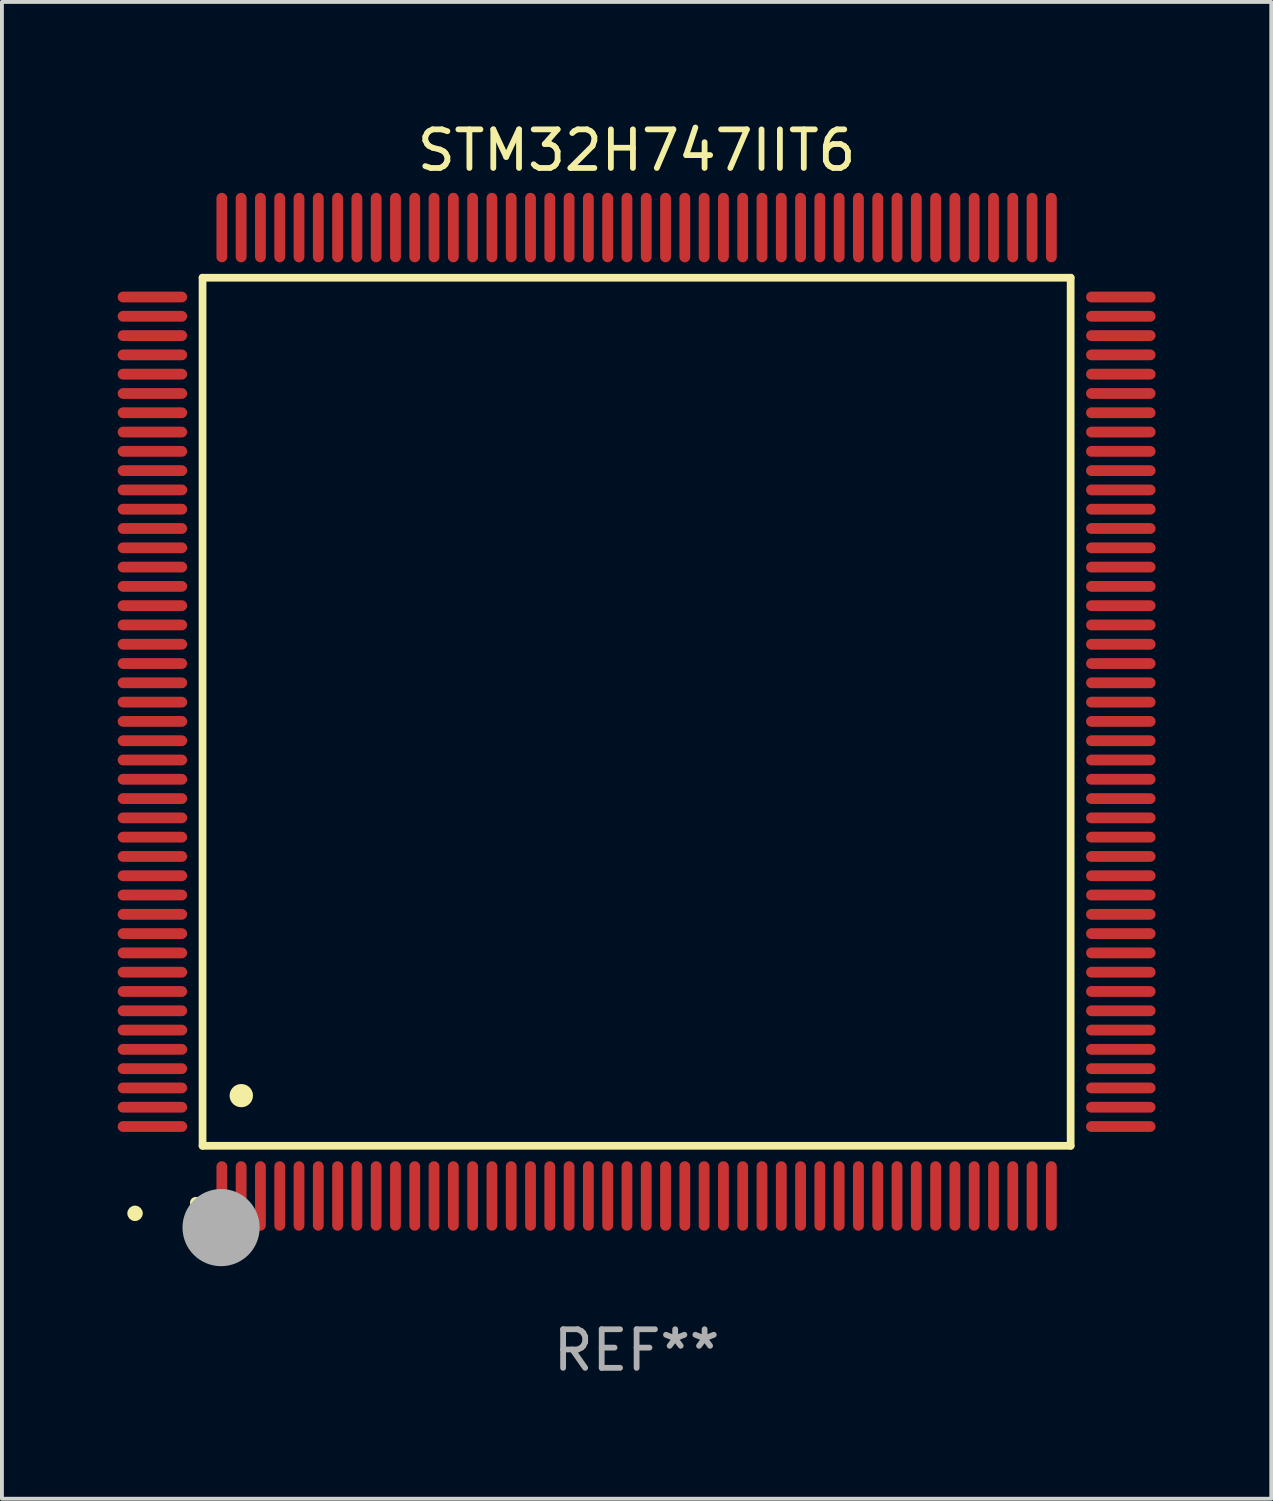
<source format=kicad_pcb>
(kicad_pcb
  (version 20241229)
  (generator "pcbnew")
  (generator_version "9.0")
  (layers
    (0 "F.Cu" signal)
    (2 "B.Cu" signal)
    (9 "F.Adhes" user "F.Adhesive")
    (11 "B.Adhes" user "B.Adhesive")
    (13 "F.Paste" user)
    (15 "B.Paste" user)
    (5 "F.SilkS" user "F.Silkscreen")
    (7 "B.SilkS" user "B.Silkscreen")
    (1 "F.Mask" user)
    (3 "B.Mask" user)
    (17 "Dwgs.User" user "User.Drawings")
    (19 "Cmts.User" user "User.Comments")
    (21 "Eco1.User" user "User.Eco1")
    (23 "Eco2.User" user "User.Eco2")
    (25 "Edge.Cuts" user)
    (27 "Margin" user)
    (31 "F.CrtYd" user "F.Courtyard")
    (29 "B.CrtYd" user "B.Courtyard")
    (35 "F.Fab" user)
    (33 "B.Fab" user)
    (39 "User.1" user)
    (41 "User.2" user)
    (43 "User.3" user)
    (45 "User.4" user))
  (footprint "STM32H747IIT6"
    (layer "F.Cu")
    (at 13.45 15.398)
    (property "Reference" "STM32H747IIT6" (at 0 -14.55 0) (layer "F.SilkS") (effects (font (size 1 1) (thickness 0.15))))
    (attr through_hole)
    (fp_line (start -11.25 -11.25) (end 11.25 -11.25) (stroke (width 0.2) (type solid)) (layer "F.SilkS"))
    (fp_line (start -11.25 11.25) (end -11.25 -11.25) (stroke (width 0.2) (type solid)) (layer "F.SilkS"))
    (fp_line (start 11.25 -11.25) (end 11.25 11.25) (stroke (width 0.2) (type solid)) (layer "F.SilkS"))
    (fp_line (start 11.25 11.25) (end -11.25 11.25) (stroke (width 0.2) (type solid)) (layer "F.SilkS"))
    (fp_arc (start -11.424943 12.725425) (mid -11.423673 12.72542) (end -11.422403 12.725425) (stroke (width 0.3) (type solid)) (layer "F.SilkS"))
    (fp_arc (start -10.24892 9.9492) (mid -10.24638 9.949189) (end -10.24384 9.9492) (stroke (width 0.6) (type solid)) (layer "F.SilkS"))
    (fp_circle (center -13 13) (end -12.9 13) (stroke (width 0.2) (type solid)) (fill no) (layer "F.SilkS"))
    (fp_circle (center -10.77 13.37) (end -10.27 13.37) (stroke (width 1) (type solid)) (fill no) (layer "F.Fab"))
    (fp_text user "REF**" (at 0 16.55 0) (layer "F.Fab") (effects (font (size 1 1) (thickness 0.15))))
    (pad "1" smd oval (at -10.75 12.55) (size 0.28 1.8) (layers "F.Cu" "F.Mask" "F.Paste"))
    (pad "2" smd oval (at -10.25 12.55) (size 0.28 1.8) (layers "F.Cu" "F.Mask" "F.Paste"))
    (pad "3" smd oval (at -9.75 12.55) (size 0.28 1.8) (layers "F.Cu" "F.Mask" "F.Paste"))
    (pad "4" smd oval (at -9.25 12.55) (size 0.28 1.8) (layers "F.Cu" "F.Mask" "F.Paste"))
    (pad "5" smd oval (at -8.75 12.55) (size 0.28 1.8) (layers "F.Cu" "F.Mask" "F.Paste"))
    (pad "6" smd oval (at -8.25 12.55) (size 0.28 1.8) (layers "F.Cu" "F.Mask" "F.Paste"))
    (pad "7" smd oval (at -7.75 12.55) (size 0.28 1.8) (layers "F.Cu" "F.Mask" "F.Paste"))
    (pad "8" smd oval (at -7.25 12.55) (size 0.28 1.8) (layers "F.Cu" "F.Mask" "F.Paste"))
    (pad "9" smd oval (at -6.75 12.55) (size 0.28 1.8) (layers "F.Cu" "F.Mask" "F.Paste"))
    (pad "10" smd oval (at -6.25 12.55) (size 0.28 1.8) (layers "F.Cu" "F.Mask" "F.Paste"))
    (pad "11" smd oval (at -5.75 12.55) (size 0.28 1.8) (layers "F.Cu" "F.Mask" "F.Paste"))
    (pad "12" smd oval (at -5.25 12.55) (size 0.28 1.8) (layers "F.Cu" "F.Mask" "F.Paste"))
    (pad "13" smd oval (at -4.75 12.55) (size 0.28 1.8) (layers "F.Cu" "F.Mask" "F.Paste"))
    (pad "14" smd oval (at -4.25 12.55) (size 0.28 1.8) (layers "F.Cu" "F.Mask" "F.Paste"))
    (pad "15" smd oval (at -3.75 12.55) (size 0.28 1.8) (layers "F.Cu" "F.Mask" "F.Paste"))
    (pad "16" smd oval (at -3.25 12.55) (size 0.28 1.8) (layers "F.Cu" "F.Mask" "F.Paste"))
    (pad "17" smd oval (at -2.75 12.55) (size 0.28 1.8) (layers "F.Cu" "F.Mask" "F.Paste"))
    (pad "18" smd oval (at -2.25 12.55) (size 0.28 1.8) (layers "F.Cu" "F.Mask" "F.Paste"))
    (pad "19" smd oval (at -1.75 12.55) (size 0.28 1.8) (layers "F.Cu" "F.Mask" "F.Paste"))
    (pad "20" smd oval (at -1.25 12.55) (size 0.28 1.8) (layers "F.Cu" "F.Mask" "F.Paste"))
    (pad "21" smd oval (at -0.75 12.55) (size 0.28 1.8) (layers "F.Cu" "F.Mask" "F.Paste"))
    (pad "22" smd oval (at -0.25 12.55) (size 0.28 1.8) (layers "F.Cu" "F.Mask" "F.Paste"))
    (pad "23" smd oval (at 0.25 12.55) (size 0.28 1.8) (layers "F.Cu" "F.Mask" "F.Paste"))
    (pad "24" smd oval (at 0.75 12.55) (size 0.28 1.8) (layers "F.Cu" "F.Mask" "F.Paste"))
    (pad "25" smd oval (at 1.25 12.55) (size 0.28 1.8) (layers "F.Cu" "F.Mask" "F.Paste"))
    (pad "26" smd oval (at 1.75 12.55) (size 0.28 1.8) (layers "F.Cu" "F.Mask" "F.Paste"))
    (pad "27" smd oval (at 2.25 12.55) (size 0.28 1.8) (layers "F.Cu" "F.Mask" "F.Paste"))
    (pad "28" smd oval (at 2.75 12.55) (size 0.28 1.8) (layers "F.Cu" "F.Mask" "F.Paste"))
    (pad "29" smd oval (at 3.25 12.55) (size 0.28 1.8) (layers "F.Cu" "F.Mask" "F.Paste"))
    (pad "30" smd oval (at 3.75 12.55) (size 0.28 1.8) (layers "F.Cu" "F.Mask" "F.Paste"))
    (pad "31" smd oval (at 4.25 12.55) (size 0.28 1.8) (layers "F.Cu" "F.Mask" "F.Paste"))
    (pad "32" smd oval (at 4.75 12.55) (size 0.28 1.8) (layers "F.Cu" "F.Mask" "F.Paste"))
    (pad "33" smd oval (at 5.25 12.55) (size 0.28 1.8) (layers "F.Cu" "F.Mask" "F.Paste"))
    (pad "34" smd oval (at 5.75 12.55) (size 0.28 1.8) (layers "F.Cu" "F.Mask" "F.Paste"))
    (pad "35" smd oval (at 6.25 12.55) (size 0.28 1.8) (layers "F.Cu" "F.Mask" "F.Paste"))
    (pad "36" smd oval (at 6.75 12.55) (size 0.28 1.8) (layers "F.Cu" "F.Mask" "F.Paste"))
    (pad "37" smd oval (at 7.25 12.55) (size 0.28 1.8) (layers "F.Cu" "F.Mask" "F.Paste"))
    (pad "38" smd oval (at 7.75 12.55) (size 0.28 1.8) (layers "F.Cu" "F.Mask" "F.Paste"))
    (pad "39" smd oval (at 8.25 12.55) (size 0.28 1.8) (layers "F.Cu" "F.Mask" "F.Paste"))
    (pad "40" smd oval (at 8.75 12.55) (size 0.28 1.8) (layers "F.Cu" "F.Mask" "F.Paste"))
    (pad "41" smd oval (at 9.25 12.55) (size 0.28 1.8) (layers "F.Cu" "F.Mask" "F.Paste"))
    (pad "42" smd oval (at 9.75 12.55) (size 0.28 1.8) (layers "F.Cu" "F.Mask" "F.Paste"))
    (pad "43" smd oval (at 10.25 12.55) (size 0.28 1.8) (layers "F.Cu" "F.Mask" "F.Paste"))
    (pad "44" smd oval (at 10.75 12.55) (size 0.28 1.8) (layers "F.Cu" "F.Mask" "F.Paste"))
    (pad "45" smd oval (at 12.55 10.75) (size 1.8 0.28) (layers "F.Cu" "F.Mask" "F.Paste"))
    (pad "46" smd oval (at 12.55 10.25) (size 1.8 0.28) (layers "F.Cu" "F.Mask" "F.Paste"))
    (pad "47" smd oval (at 12.55 9.75) (size 1.8 0.28) (layers "F.Cu" "F.Mask" "F.Paste"))
    (pad "48" smd oval (at 12.55 9.25) (size 1.8 0.28) (layers "F.Cu" "F.Mask" "F.Paste"))
    (pad "49" smd oval (at 12.55 8.75) (size 1.8 0.28) (layers "F.Cu" "F.Mask" "F.Paste"))
    (pad "50" smd oval (at 12.55 8.25) (size 1.8 0.28) (layers "F.Cu" "F.Mask" "F.Paste"))
    (pad "51" smd oval (at 12.55 7.75) (size 1.8 0.28) (layers "F.Cu" "F.Mask" "F.Paste"))
    (pad "52" smd oval (at 12.55 7.25) (size 1.8 0.28) (layers "F.Cu" "F.Mask" "F.Paste"))
    (pad "53" smd oval (at 12.55 6.75) (size 1.8 0.28) (layers "F.Cu" "F.Mask" "F.Paste"))
    (pad "54" smd oval (at 12.55 6.25) (size 1.8 0.28) (layers "F.Cu" "F.Mask" "F.Paste"))
    (pad "55" smd oval (at 12.55 5.75) (size 1.8 0.28) (layers "F.Cu" "F.Mask" "F.Paste"))
    (pad "56" smd oval (at 12.55 5.25) (size 1.8 0.28) (layers "F.Cu" "F.Mask" "F.Paste"))
    (pad "57" smd oval (at 12.55 4.75) (size 1.8 0.28) (layers "F.Cu" "F.Mask" "F.Paste"))
    (pad "58" smd oval (at 12.55 4.25) (size 1.8 0.28) (layers "F.Cu" "F.Mask" "F.Paste"))
    (pad "59" smd oval (at 12.55 3.75) (size 1.8 0.28) (layers "F.Cu" "F.Mask" "F.Paste"))
    (pad "60" smd oval (at 12.55 3.25) (size 1.8 0.28) (layers "F.Cu" "F.Mask" "F.Paste"))
    (pad "61" smd oval (at 12.55 2.75) (size 1.8 0.28) (layers "F.Cu" "F.Mask" "F.Paste"))
    (pad "62" smd oval (at 12.55 2.25) (size 1.8 0.28) (layers "F.Cu" "F.Mask" "F.Paste"))
    (pad "63" smd oval (at 12.55 1.75) (size 1.8 0.28) (layers "F.Cu" "F.Mask" "F.Paste"))
    (pad "64" smd oval (at 12.55 1.25) (size 1.8 0.28) (layers "F.Cu" "F.Mask" "F.Paste"))
    (pad "65" smd oval (at 12.55 0.75) (size 1.8 0.28) (layers "F.Cu" "F.Mask" "F.Paste"))
    (pad "66" smd oval (at 12.55 0.25) (size 1.8 0.28) (layers "F.Cu" "F.Mask" "F.Paste"))
    (pad "67" smd oval (at 12.55 -0.25) (size 1.8 0.28) (layers "F.Cu" "F.Mask" "F.Paste"))
    (pad "68" smd oval (at 12.55 -0.75) (size 1.8 0.28) (layers "F.Cu" "F.Mask" "F.Paste"))
    (pad "69" smd oval (at 12.55 -1.25) (size 1.8 0.28) (layers "F.Cu" "F.Mask" "F.Paste"))
    (pad "70" smd oval (at 12.55 -1.75) (size 1.8 0.28) (layers "F.Cu" "F.Mask" "F.Paste"))
    (pad "71" smd oval (at 12.55 -2.25) (size 1.8 0.28) (layers "F.Cu" "F.Mask" "F.Paste"))
    (pad "72" smd oval (at 12.55 -2.75) (size 1.8 0.28) (layers "F.Cu" "F.Mask" "F.Paste"))
    (pad "73" smd oval (at 12.55 -3.25) (size 1.8 0.28) (layers "F.Cu" "F.Mask" "F.Paste"))
    (pad "74" smd oval (at 12.55 -3.75) (size 1.8 0.28) (layers "F.Cu" "F.Mask" "F.Paste"))
    (pad "75" smd oval (at 12.55 -4.25) (size 1.8 0.28) (layers "F.Cu" "F.Mask" "F.Paste"))
    (pad "76" smd oval (at 12.55 -4.75) (size 1.8 0.28) (layers "F.Cu" "F.Mask" "F.Paste"))
    (pad "77" smd oval (at 12.55 -5.25) (size 1.8 0.28) (layers "F.Cu" "F.Mask" "F.Paste"))
    (pad "78" smd oval (at 12.55 -5.75) (size 1.8 0.28) (layers "F.Cu" "F.Mask" "F.Paste"))
    (pad "79" smd oval (at 12.55 -6.25) (size 1.8 0.28) (layers "F.Cu" "F.Mask" "F.Paste"))
    (pad "80" smd oval (at 12.55 -6.75) (size 1.8 0.28) (layers "F.Cu" "F.Mask" "F.Paste"))
    (pad "81" smd oval (at 12.55 -7.25) (size 1.8 0.28) (layers "F.Cu" "F.Mask" "F.Paste"))
    (pad "82" smd oval (at 12.55 -7.75) (size 1.8 0.28) (layers "F.Cu" "F.Mask" "F.Paste"))
    (pad "83" smd oval (at 12.55 -8.25) (size 1.8 0.28) (layers "F.Cu" "F.Mask" "F.Paste"))
    (pad "84" smd oval (at 12.55 -8.75) (size 1.8 0.28) (layers "F.Cu" "F.Mask" "F.Paste"))
    (pad "85" smd oval (at 12.55 -9.25) (size 1.8 0.28) (layers "F.Cu" "F.Mask" "F.Paste"))
    (pad "86" smd oval (at 12.55 -9.75) (size 1.8 0.28) (layers "F.Cu" "F.Mask" "F.Paste"))
    (pad "87" smd oval (at 12.55 -10.25) (size 1.8 0.28) (layers "F.Cu" "F.Mask" "F.Paste"))
    (pad "88" smd oval (at 12.55 -10.75) (size 1.8 0.28) (layers "F.Cu" "F.Mask" "F.Paste"))
    (pad "89" smd oval (at 10.75 -12.55) (size 0.28 1.8) (layers "F.Cu" "F.Mask" "F.Paste"))
    (pad "90" smd oval (at 10.25 -12.55) (size 0.28 1.8) (layers "F.Cu" "F.Mask" "F.Paste"))
    (pad "91" smd oval (at 9.75 -12.55) (size 0.28 1.8) (layers "F.Cu" "F.Mask" "F.Paste"))
    (pad "92" smd oval (at 9.25 -12.55) (size 0.28 1.8) (layers "F.Cu" "F.Mask" "F.Paste"))
    (pad "93" smd oval (at 8.75 -12.55) (size 0.28 1.8) (layers "F.Cu" "F.Mask" "F.Paste"))
    (pad "94" smd oval (at 8.25 -12.55) (size 0.28 1.8) (layers "F.Cu" "F.Mask" "F.Paste"))
    (pad "95" smd oval (at 7.75 -12.55) (size 0.28 1.8) (layers "F.Cu" "F.Mask" "F.Paste"))
    (pad "96" smd oval (at 7.25 -12.55) (size 0.28 1.8) (layers "F.Cu" "F.Mask" "F.Paste"))
    (pad "97" smd oval (at 6.75 -12.55) (size 0.28 1.8) (layers "F.Cu" "F.Mask" "F.Paste"))
    (pad "98" smd oval (at 6.25 -12.55) (size 0.28 1.8) (layers "F.Cu" "F.Mask" "F.Paste"))
    (pad "99" smd oval (at 5.75 -12.55) (size 0.28 1.8) (layers "F.Cu" "F.Mask" "F.Paste"))
    (pad "100" smd oval (at 5.25 -12.55) (size 0.28 1.8) (layers "F.Cu" "F.Mask" "F.Paste"))
    (pad "101" smd oval (at 4.75 -12.55) (size 0.28 1.8) (layers "F.Cu" "F.Mask" "F.Paste"))
    (pad "102" smd oval (at 4.25 -12.55) (size 0.28 1.8) (layers "F.Cu" "F.Mask" "F.Paste"))
    (pad "103" smd oval (at 3.75 -12.55) (size 0.28 1.8) (layers "F.Cu" "F.Mask" "F.Paste"))
    (pad "104" smd oval (at 3.25 -12.55) (size 0.28 1.8) (layers "F.Cu" "F.Mask" "F.Paste"))
    (pad "105" smd oval (at 2.75 -12.55) (size 0.28 1.8) (layers "F.Cu" "F.Mask" "F.Paste"))
    (pad "106" smd oval (at 2.25 -12.55) (size 0.28 1.8) (layers "F.Cu" "F.Mask" "F.Paste"))
    (pad "107" smd oval (at 1.75 -12.55) (size 0.28 1.8) (layers "F.Cu" "F.Mask" "F.Paste"))
    (pad "108" smd oval (at 1.25 -12.55) (size 0.28 1.8) (layers "F.Cu" "F.Mask" "F.Paste"))
    (pad "109" smd oval (at 0.75 -12.55) (size 0.28 1.8) (layers "F.Cu" "F.Mask" "F.Paste"))
    (pad "110" smd oval (at 0.25 -12.55) (size 0.28 1.8) (layers "F.Cu" "F.Mask" "F.Paste"))
    (pad "111" smd oval (at -0.25 -12.55) (size 0.28 1.8) (layers "F.Cu" "F.Mask" "F.Paste"))
    (pad "112" smd oval (at -0.75 -12.55) (size 0.28 1.8) (layers "F.Cu" "F.Mask" "F.Paste"))
    (pad "113" smd oval (at -1.25 -12.55) (size 0.28 1.8) (layers "F.Cu" "F.Mask" "F.Paste"))
    (pad "114" smd oval (at -1.75 -12.55) (size 0.28 1.8) (layers "F.Cu" "F.Mask" "F.Paste"))
    (pad "115" smd oval (at -2.25 -12.55) (size 0.28 1.8) (layers "F.Cu" "F.Mask" "F.Paste"))
    (pad "116" smd oval (at -2.75 -12.55) (size 0.28 1.8) (layers "F.Cu" "F.Mask" "F.Paste"))
    (pad "117" smd oval (at -3.25 -12.55) (size 0.28 1.8) (layers "F.Cu" "F.Mask" "F.Paste"))
    (pad "118" smd oval (at -3.75 -12.55) (size 0.28 1.8) (layers "F.Cu" "F.Mask" "F.Paste"))
    (pad "119" smd oval (at -4.25 -12.55) (size 0.28 1.8) (layers "F.Cu" "F.Mask" "F.Paste"))
    (pad "120" smd oval (at -4.75 -12.55) (size 0.28 1.8) (layers "F.Cu" "F.Mask" "F.Paste"))
    (pad "121" smd oval (at -5.25 -12.55) (size 0.28 1.8) (layers "F.Cu" "F.Mask" "F.Paste"))
    (pad "122" smd oval (at -5.75 -12.55) (size 0.28 1.8) (layers "F.Cu" "F.Mask" "F.Paste"))
    (pad "123" smd oval (at -6.25 -12.55) (size 0.28 1.8) (layers "F.Cu" "F.Mask" "F.Paste"))
    (pad "124" smd oval (at -6.75 -12.55) (size 0.28 1.8) (layers "F.Cu" "F.Mask" "F.Paste"))
    (pad "125" smd oval (at -7.25 -12.55) (size 0.28 1.8) (layers "F.Cu" "F.Mask" "F.Paste"))
    (pad "126" smd oval (at -7.75 -12.55) (size 0.28 1.8) (layers "F.Cu" "F.Mask" "F.Paste"))
    (pad "127" smd oval (at -8.25 -12.55) (size 0.28 1.8) (layers "F.Cu" "F.Mask" "F.Paste"))
    (pad "128" smd oval (at -8.75 -12.55) (size 0.28 1.8) (layers "F.Cu" "F.Mask" "F.Paste"))
    (pad "129" smd oval (at -9.25 -12.55) (size 0.28 1.8) (layers "F.Cu" "F.Mask" "F.Paste"))
    (pad "130" smd oval (at -9.75 -12.55) (size 0.28 1.8) (layers "F.Cu" "F.Mask" "F.Paste"))
    (pad "131" smd oval (at -10.25 -12.55) (size 0.28 1.8) (layers "F.Cu" "F.Mask" "F.Paste"))
    (pad "132" smd oval (at -10.75 -12.55) (size 0.28 1.8) (layers "F.Cu" "F.Mask" "F.Paste"))
    (pad "133" smd oval (at -12.55 -10.75) (size 1.8 0.28) (layers "F.Cu" "F.Mask" "F.Paste"))
    (pad "134" smd oval (at -12.55 -10.25) (size 1.8 0.28) (layers "F.Cu" "F.Mask" "F.Paste"))
    (pad "135" smd oval (at -12.55 -9.75) (size 1.8 0.28) (layers "F.Cu" "F.Mask" "F.Paste"))
    (pad "136" smd oval (at -12.55 -9.25) (size 1.8 0.28) (layers "F.Cu" "F.Mask" "F.Paste"))
    (pad "137" smd oval (at -12.55 -8.75) (size 1.8 0.28) (layers "F.Cu" "F.Mask" "F.Paste"))
    (pad "138" smd oval (at -12.55 -8.25) (size 1.8 0.28) (layers "F.Cu" "F.Mask" "F.Paste"))
    (pad "139" smd oval (at -12.55 -7.75) (size 1.8 0.28) (layers "F.Cu" "F.Mask" "F.Paste"))
    (pad "140" smd oval (at -12.55 -7.25) (size 1.8 0.28) (layers "F.Cu" "F.Mask" "F.Paste"))
    (pad "141" smd oval (at -12.55 -6.75) (size 1.8 0.28) (layers "F.Cu" "F.Mask" "F.Paste"))
    (pad "142" smd oval (at -12.55 -6.25) (size 1.8 0.28) (layers "F.Cu" "F.Mask" "F.Paste"))
    (pad "143" smd oval (at -12.55 -5.75) (size 1.8 0.28) (layers "F.Cu" "F.Mask" "F.Paste"))
    (pad "144" smd oval (at -12.55 -5.25) (size 1.8 0.28) (layers "F.Cu" "F.Mask" "F.Paste"))
    (pad "145" smd oval (at -12.55 -4.75) (size 1.8 0.28) (layers "F.Cu" "F.Mask" "F.Paste"))
    (pad "146" smd oval (at -12.55 -4.25) (size 1.8 0.28) (layers "F.Cu" "F.Mask" "F.Paste"))
    (pad "147" smd oval (at -12.55 -3.75) (size 1.8 0.28) (layers "F.Cu" "F.Mask" "F.Paste"))
    (pad "148" smd oval (at -12.55 -3.25) (size 1.8 0.28) (layers "F.Cu" "F.Mask" "F.Paste"))
    (pad "149" smd oval (at -12.55 -2.75) (size 1.8 0.28) (layers "F.Cu" "F.Mask" "F.Paste"))
    (pad "150" smd oval (at -12.55 -2.25) (size 1.8 0.28) (layers "F.Cu" "F.Mask" "F.Paste"))
    (pad "151" smd oval (at -12.55 -1.75) (size 1.8 0.28) (layers "F.Cu" "F.Mask" "F.Paste"))
    (pad "152" smd oval (at -12.55 -1.25) (size 1.8 0.28) (layers "F.Cu" "F.Mask" "F.Paste"))
    (pad "153" smd oval (at -12.55 -0.75) (size 1.8 0.28) (layers "F.Cu" "F.Mask" "F.Paste"))
    (pad "154" smd oval (at -12.55 -0.25) (size 1.8 0.28) (layers "F.Cu" "F.Mask" "F.Paste"))
    (pad "155" smd oval (at -12.55 0.25) (size 1.8 0.28) (layers "F.Cu" "F.Mask" "F.Paste"))
    (pad "156" smd oval (at -12.55 0.75) (size 1.8 0.28) (layers "F.Cu" "F.Mask" "F.Paste"))
    (pad "157" smd oval (at -12.55 1.25) (size 1.8 0.28) (layers "F.Cu" "F.Mask" "F.Paste"))
    (pad "158" smd oval (at -12.55 1.75) (size 1.8 0.28) (layers "F.Cu" "F.Mask" "F.Paste"))
    (pad "159" smd oval (at -12.55 2.25) (size 1.8 0.28) (layers "F.Cu" "F.Mask" "F.Paste"))
    (pad "160" smd oval (at -12.55 2.75) (size 1.8 0.28) (layers "F.Cu" "F.Mask" "F.Paste"))
    (pad "161" smd oval (at -12.55 3.25) (size 1.8 0.28) (layers "F.Cu" "F.Mask" "F.Paste"))
    (pad "162" smd oval (at -12.55 3.75) (size 1.8 0.28) (layers "F.Cu" "F.Mask" "F.Paste"))
    (pad "163" smd oval (at -12.55 4.25) (size 1.8 0.28) (layers "F.Cu" "F.Mask" "F.Paste"))
    (pad "164" smd oval (at -12.55 4.75) (size 1.8 0.28) (layers "F.Cu" "F.Mask" "F.Paste"))
    (pad "165" smd oval (at -12.55 5.25) (size 1.8 0.28) (layers "F.Cu" "F.Mask" "F.Paste"))
    (pad "166" smd oval (at -12.55 5.75) (size 1.8 0.28) (layers "F.Cu" "F.Mask" "F.Paste"))
    (pad "167" smd oval (at -12.55 6.25) (size 1.8 0.28) (layers "F.Cu" "F.Mask" "F.Paste"))
    (pad "168" smd oval (at -12.55 6.75) (size 1.8 0.28) (layers "F.Cu" "F.Mask" "F.Paste"))
    (pad "169" smd oval (at -12.55 7.25) (size 1.8 0.28) (layers "F.Cu" "F.Mask" "F.Paste"))
    (pad "170" smd oval (at -12.55 7.75) (size 1.8 0.28) (layers "F.Cu" "F.Mask" "F.Paste"))
    (pad "171" smd oval (at -12.55 8.25) (size 1.8 0.28) (layers "F.Cu" "F.Mask" "F.Paste"))
    (pad "172" smd oval (at -12.55 8.75) (size 1.8 0.28) (layers "F.Cu" "F.Mask" "F.Paste"))
    (pad "173" smd oval (at -12.55 9.25) (size 1.8 0.28) (layers "F.Cu" "F.Mask" "F.Paste"))
    (pad "174" smd oval (at -12.55 9.75) (size 1.8 0.28) (layers "F.Cu" "F.Mask" "F.Paste"))
    (pad "175" smd oval (at -12.55 10.25) (size 1.8 0.28) (layers "F.Cu" "F.Mask" "F.Paste"))
    (pad "176" smd oval (at -12.55 10.75) (size 1.8 0.28) (layers "F.Cu" "F.Mask" "F.Paste")))
  (gr_rect
    (start -3 -3)
    (end 29.9 35.796)
    (stroke (width 0.1) (type default))
    (fill no)
    (layer "Edge.Cuts")))
</source>
